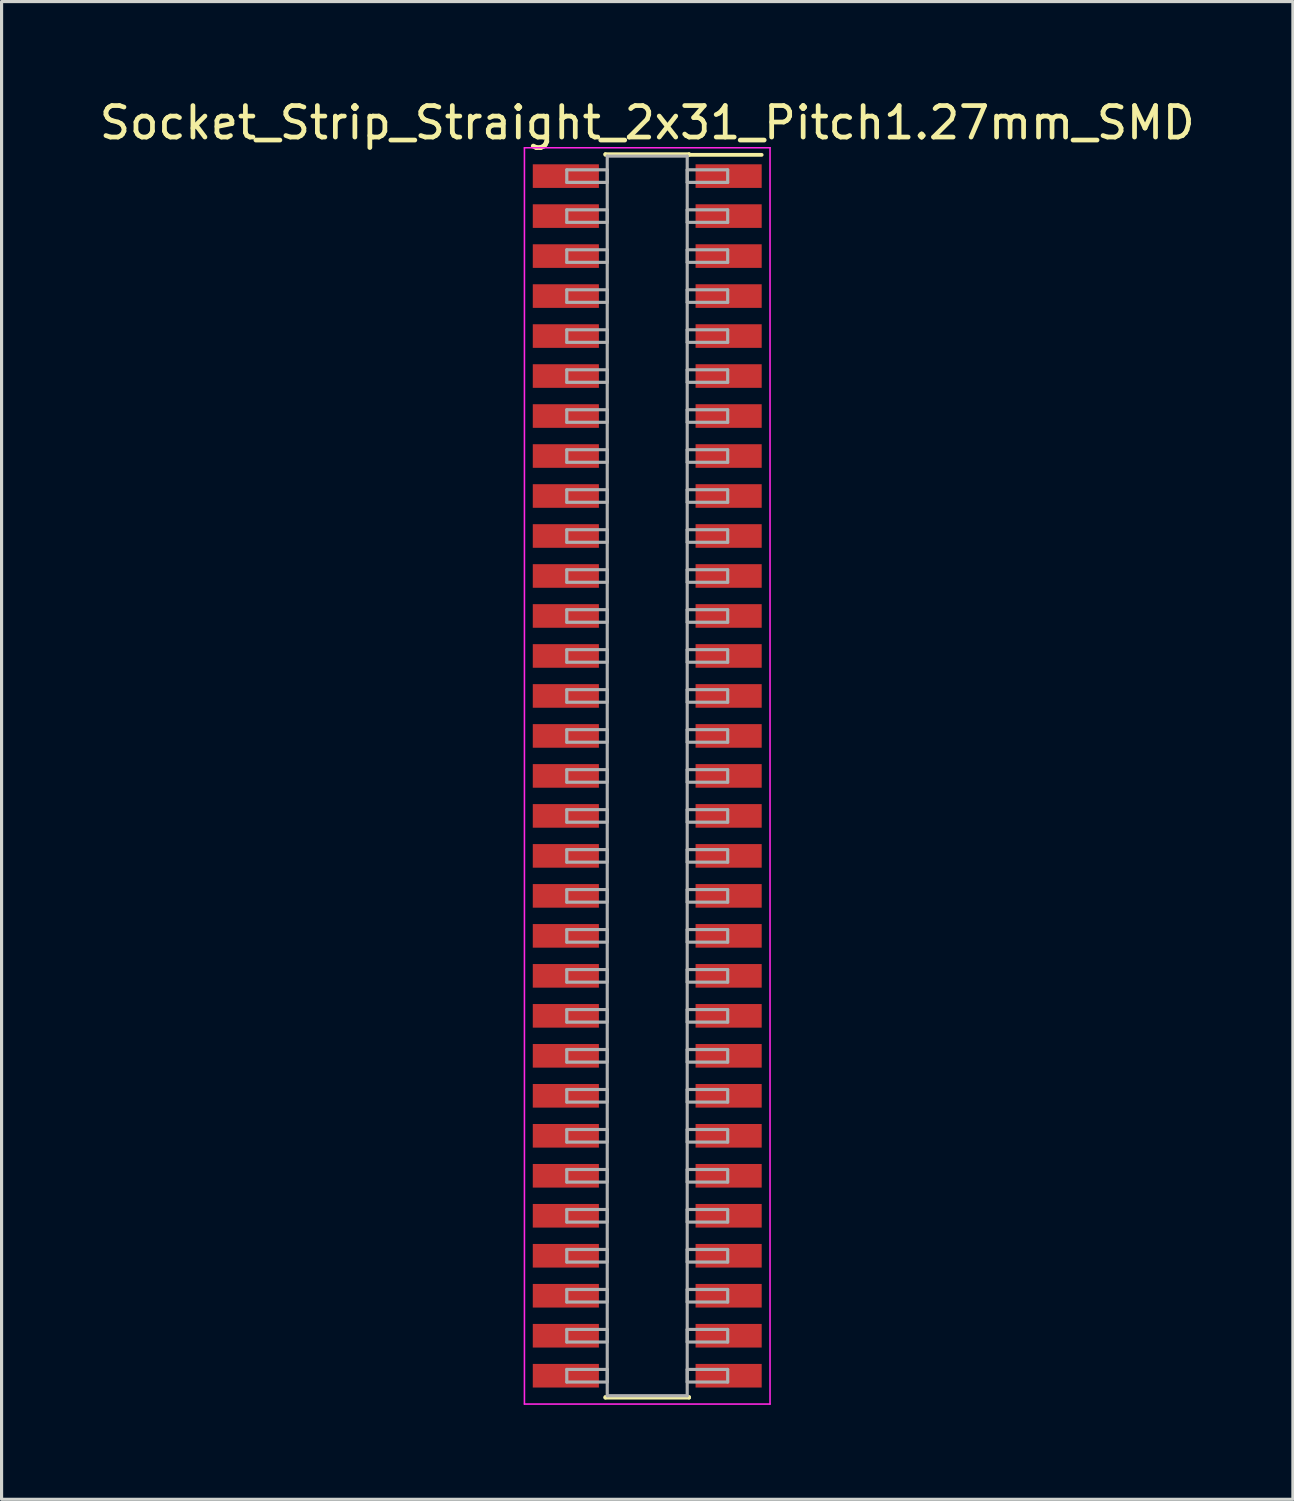
<source format=kicad_pcb>
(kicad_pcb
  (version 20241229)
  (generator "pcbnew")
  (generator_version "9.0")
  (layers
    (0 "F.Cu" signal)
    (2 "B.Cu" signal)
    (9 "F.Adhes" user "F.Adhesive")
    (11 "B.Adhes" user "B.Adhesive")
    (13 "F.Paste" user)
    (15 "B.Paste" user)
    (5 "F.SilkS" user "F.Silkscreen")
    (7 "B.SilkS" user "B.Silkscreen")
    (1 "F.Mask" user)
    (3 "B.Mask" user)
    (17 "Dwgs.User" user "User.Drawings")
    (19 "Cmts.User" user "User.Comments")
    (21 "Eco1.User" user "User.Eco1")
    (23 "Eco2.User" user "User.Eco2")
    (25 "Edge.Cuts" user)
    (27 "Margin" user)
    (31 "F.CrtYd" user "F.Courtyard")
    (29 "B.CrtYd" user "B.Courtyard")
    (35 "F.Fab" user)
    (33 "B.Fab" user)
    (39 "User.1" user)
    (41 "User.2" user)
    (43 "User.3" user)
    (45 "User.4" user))
  (footprint "Socket_Strip_Straight_2x31_Pitch1.27mm_SMD"
    (layer "F.Cu")
    (at 17.506 21.593)
    (property "Reference" "Socket_Strip_Straight_2x31_Pitch1.27mm_SMD" (at 0 -20.745 0) (layer "F.SilkS") (effects (font (size 1 1) (thickness 0.15))))
    (attr smd)
    (fp_line (start -1.33 -19.745) (end 1.33 -19.745) (stroke (width 0.12) (type solid)) (layer "F.SilkS"))
    (fp_line (start -1.33 -19.725) (end -1.33 -19.745) (stroke (width 0.12) (type solid)) (layer "F.SilkS"))
    (fp_line (start -1.33 19.725) (end -1.33 19.745) (stroke (width 0.12) (type solid)) (layer "F.SilkS"))
    (fp_line (start -1.33 19.745) (end 1.33 19.745) (stroke (width 0.12) (type solid)) (layer "F.SilkS"))
    (fp_line (start 1.33 -19.745) (end 1.33 -19.725) (stroke (width 0.12) (type solid)) (layer "F.SilkS"))
    (fp_line (start 1.33 19.745) (end 1.33 19.725) (stroke (width 0.12) (type solid)) (layer "F.SilkS"))
    (fp_line (start 3.635 -19.725) (end 1.33 -19.725) (stroke (width 0.12) (type solid)) (layer "F.SilkS"))
    (fp_line (start -3.9 -19.95) (end -3.9 19.95) (stroke (width 0.05) (type solid)) (layer "F.CrtYd"))
    (fp_line (start -3.9 19.95) (end 3.9 19.95) (stroke (width 0.05) (type solid)) (layer "F.CrtYd"))
    (fp_line (start 3.9 -19.95) (end -3.9 -19.95) (stroke (width 0.05) (type solid)) (layer "F.CrtYd"))
    (fp_line (start 3.9 19.95) (end 3.9 -19.95) (stroke (width 0.05) (type solid)) (layer "F.CrtYd"))
    (fp_line (start -2.555 -19.25) (end -1.27 -19.25) (stroke (width 0.1) (type solid)) (layer "F.Fab"))
    (fp_line (start -2.555 -18.85) (end -2.555 -19.25) (stroke (width 0.1) (type solid)) (layer "F.Fab"))
    (fp_line (start -2.555 -17.98) (end -1.27 -17.98) (stroke (width 0.1) (type solid)) (layer "F.Fab"))
    (fp_line (start -2.555 -17.58) (end -2.555 -17.98) (stroke (width 0.1) (type solid)) (layer "F.Fab"))
    (fp_line (start -2.555 -16.71) (end -1.27 -16.71) (stroke (width 0.1) (type solid)) (layer "F.Fab"))
    (fp_line (start -2.555 -16.31) (end -2.555 -16.71) (stroke (width 0.1) (type solid)) (layer "F.Fab"))
    (fp_line (start -2.555 -15.44) (end -1.27 -15.44) (stroke (width 0.1) (type solid)) (layer "F.Fab"))
    (fp_line (start -2.555 -15.04) (end -2.555 -15.44) (stroke (width 0.1) (type solid)) (layer "F.Fab"))
    (fp_line (start -2.555 -14.17) (end -1.27 -14.17) (stroke (width 0.1) (type solid)) (layer "F.Fab"))
    (fp_line (start -2.555 -13.77) (end -2.555 -14.17) (stroke (width 0.1) (type solid)) (layer "F.Fab"))
    (fp_line (start -2.555 -12.9) (end -1.27 -12.9) (stroke (width 0.1) (type solid)) (layer "F.Fab"))
    (fp_line (start -2.555 -12.5) (end -2.555 -12.9) (stroke (width 0.1) (type solid)) (layer "F.Fab"))
    (fp_line (start -2.555 -11.63) (end -1.27 -11.63) (stroke (width 0.1) (type solid)) (layer "F.Fab"))
    (fp_line (start -2.555 -11.23) (end -2.555 -11.63) (stroke (width 0.1) (type solid)) (layer "F.Fab"))
    (fp_line (start -2.555 -10.36) (end -1.27 -10.36) (stroke (width 0.1) (type solid)) (layer "F.Fab"))
    (fp_line (start -2.555 -9.96) (end -2.555 -10.36) (stroke (width 0.1) (type solid)) (layer "F.Fab"))
    (fp_line (start -2.555 -9.09) (end -1.27 -9.09) (stroke (width 0.1) (type solid)) (layer "F.Fab"))
    (fp_line (start -2.555 -8.69) (end -2.555 -9.09) (stroke (width 0.1) (type solid)) (layer "F.Fab"))
    (fp_line (start -2.555 -7.82) (end -1.27 -7.82) (stroke (width 0.1) (type solid)) (layer "F.Fab"))
    (fp_line (start -2.555 -7.42) (end -2.555 -7.82) (stroke (width 0.1) (type solid)) (layer "F.Fab"))
    (fp_line (start -2.555 -6.55) (end -1.27 -6.55) (stroke (width 0.1) (type solid)) (layer "F.Fab"))
    (fp_line (start -2.555 -6.15) (end -2.555 -6.55) (stroke (width 0.1) (type solid)) (layer "F.Fab"))
    (fp_line (start -2.555 -5.28) (end -1.27 -5.28) (stroke (width 0.1) (type solid)) (layer "F.Fab"))
    (fp_line (start -2.555 -4.88) (end -2.555 -5.28) (stroke (width 0.1) (type solid)) (layer "F.Fab"))
    (fp_line (start -2.555 -4.01) (end -1.27 -4.01) (stroke (width 0.1) (type solid)) (layer "F.Fab"))
    (fp_line (start -2.555 -3.61) (end -2.555 -4.01) (stroke (width 0.1) (type solid)) (layer "F.Fab"))
    (fp_line (start -2.555 -2.74) (end -1.27 -2.74) (stroke (width 0.1) (type solid)) (layer "F.Fab"))
    (fp_line (start -2.555 -2.34) (end -2.555 -2.74) (stroke (width 0.1) (type solid)) (layer "F.Fab"))
    (fp_line (start -2.555 -1.47) (end -1.27 -1.47) (stroke (width 0.1) (type solid)) (layer "F.Fab"))
    (fp_line (start -2.555 -1.07) (end -2.555 -1.47) (stroke (width 0.1) (type solid)) (layer "F.Fab"))
    (fp_line (start -2.555 -0.2) (end -1.27 -0.2) (stroke (width 0.1) (type solid)) (layer "F.Fab"))
    (fp_line (start -2.555 0.2) (end -2.555 -0.2) (stroke (width 0.1) (type solid)) (layer "F.Fab"))
    (fp_line (start -2.555 1.07) (end -1.27 1.07) (stroke (width 0.1) (type solid)) (layer "F.Fab"))
    (fp_line (start -2.555 1.47) (end -2.555 1.07) (stroke (width 0.1) (type solid)) (layer "F.Fab"))
    (fp_line (start -2.555 2.34) (end -1.27 2.34) (stroke (width 0.1) (type solid)) (layer "F.Fab"))
    (fp_line (start -2.555 2.74) (end -2.555 2.34) (stroke (width 0.1) (type solid)) (layer "F.Fab"))
    (fp_line (start -2.555 3.61) (end -1.27 3.61) (stroke (width 0.1) (type solid)) (layer "F.Fab"))
    (fp_line (start -2.555 4.01) (end -2.555 3.61) (stroke (width 0.1) (type solid)) (layer "F.Fab"))
    (fp_line (start -2.555 4.88) (end -1.27 4.88) (stroke (width 0.1) (type solid)) (layer "F.Fab"))
    (fp_line (start -2.555 5.28) (end -2.555 4.88) (stroke (width 0.1) (type solid)) (layer "F.Fab"))
    (fp_line (start -2.555 6.15) (end -1.27 6.15) (stroke (width 0.1) (type solid)) (layer "F.Fab"))
    (fp_line (start -2.555 6.55) (end -2.555 6.15) (stroke (width 0.1) (type solid)) (layer "F.Fab"))
    (fp_line (start -2.555 7.42) (end -1.27 7.42) (stroke (width 0.1) (type solid)) (layer "F.Fab"))
    (fp_line (start -2.555 7.82) (end -2.555 7.42) (stroke (width 0.1) (type solid)) (layer "F.Fab"))
    (fp_line (start -2.555 8.69) (end -1.27 8.69) (stroke (width 0.1) (type solid)) (layer "F.Fab"))
    (fp_line (start -2.555 9.09) (end -2.555 8.69) (stroke (width 0.1) (type solid)) (layer "F.Fab"))
    (fp_line (start -2.555 9.96) (end -1.27 9.96) (stroke (width 0.1) (type solid)) (layer "F.Fab"))
    (fp_line (start -2.555 10.36) (end -2.555 9.96) (stroke (width 0.1) (type solid)) (layer "F.Fab"))
    (fp_line (start -2.555 11.23) (end -1.27 11.23) (stroke (width 0.1) (type solid)) (layer "F.Fab"))
    (fp_line (start -2.555 11.63) (end -2.555 11.23) (stroke (width 0.1) (type solid)) (layer "F.Fab"))
    (fp_line (start -2.555 12.5) (end -1.27 12.5) (stroke (width 0.1) (type solid)) (layer "F.Fab"))
    (fp_line (start -2.555 12.9) (end -2.555 12.5) (stroke (width 0.1) (type solid)) (layer "F.Fab"))
    (fp_line (start -2.555 13.77) (end -1.27 13.77) (stroke (width 0.1) (type solid)) (layer "F.Fab"))
    (fp_line (start -2.555 14.17) (end -2.555 13.77) (stroke (width 0.1) (type solid)) (layer "F.Fab"))
    (fp_line (start -2.555 15.04) (end -1.27 15.04) (stroke (width 0.1) (type solid)) (layer "F.Fab"))
    (fp_line (start -2.555 15.44) (end -2.555 15.04) (stroke (width 0.1) (type solid)) (layer "F.Fab"))
    (fp_line (start -2.555 16.31) (end -1.27 16.31) (stroke (width 0.1) (type solid)) (layer "F.Fab"))
    (fp_line (start -2.555 16.71) (end -2.555 16.31) (stroke (width 0.1) (type solid)) (layer "F.Fab"))
    (fp_line (start -2.555 17.58) (end -1.27 17.58) (stroke (width 0.1) (type solid)) (layer "F.Fab"))
    (fp_line (start -2.555 17.98) (end -2.555 17.58) (stroke (width 0.1) (type solid)) (layer "F.Fab"))
    (fp_line (start -2.555 18.85) (end -1.27 18.85) (stroke (width 0.1) (type solid)) (layer "F.Fab"))
    (fp_line (start -2.555 19.25) (end -2.555 18.85) (stroke (width 0.1) (type solid)) (layer "F.Fab"))
    (fp_line (start -1.27 -19.685) (end -1.27 19.685) (stroke (width 0.1) (type solid)) (layer "F.Fab"))
    (fp_line (start -1.27 -19.25) (end -1.27 -18.85) (stroke (width 0.1) (type solid)) (layer "F.Fab"))
    (fp_line (start -1.27 -18.85) (end -2.555 -18.85) (stroke (width 0.1) (type solid)) (layer "F.Fab"))
    (fp_line (start -1.27 -17.98) (end -1.27 -17.58) (stroke (width 0.1) (type solid)) (layer "F.Fab"))
    (fp_line (start -1.27 -17.58) (end -2.555 -17.58) (stroke (width 0.1) (type solid)) (layer "F.Fab"))
    (fp_line (start -1.27 -16.71) (end -1.27 -16.31) (stroke (width 0.1) (type solid)) (layer "F.Fab"))
    (fp_line (start -1.27 -16.31) (end -2.555 -16.31) (stroke (width 0.1) (type solid)) (layer "F.Fab"))
    (fp_line (start -1.27 -15.44) (end -1.27 -15.04) (stroke (width 0.1) (type solid)) (layer "F.Fab"))
    (fp_line (start -1.27 -15.04) (end -2.555 -15.04) (stroke (width 0.1) (type solid)) (layer "F.Fab"))
    (fp_line (start -1.27 -14.17) (end -1.27 -13.77) (stroke (width 0.1) (type solid)) (layer "F.Fab"))
    (fp_line (start -1.27 -13.77) (end -2.555 -13.77) (stroke (width 0.1) (type solid)) (layer "F.Fab"))
    (fp_line (start -1.27 -12.9) (end -1.27 -12.5) (stroke (width 0.1) (type solid)) (layer "F.Fab"))
    (fp_line (start -1.27 -12.5) (end -2.555 -12.5) (stroke (width 0.1) (type solid)) (layer "F.Fab"))
    (fp_line (start -1.27 -11.63) (end -1.27 -11.23) (stroke (width 0.1) (type solid)) (layer "F.Fab"))
    (fp_line (start -1.27 -11.23) (end -2.555 -11.23) (stroke (width 0.1) (type solid)) (layer "F.Fab"))
    (fp_line (start -1.27 -10.36) (end -1.27 -9.96) (stroke (width 0.1) (type solid)) (layer "F.Fab"))
    (fp_line (start -1.27 -9.96) (end -2.555 -9.96) (stroke (width 0.1) (type solid)) (layer "F.Fab"))
    (fp_line (start -1.27 -9.09) (end -1.27 -8.69) (stroke (width 0.1) (type solid)) (layer "F.Fab"))
    (fp_line (start -1.27 -8.69) (end -2.555 -8.69) (stroke (width 0.1) (type solid)) (layer "F.Fab"))
    (fp_line (start -1.27 -7.82) (end -1.27 -7.42) (stroke (width 0.1) (type solid)) (layer "F.Fab"))
    (fp_line (start -1.27 -7.42) (end -2.555 -7.42) (stroke (width 0.1) (type solid)) (layer "F.Fab"))
    (fp_line (start -1.27 -6.55) (end -1.27 -6.15) (stroke (width 0.1) (type solid)) (layer "F.Fab"))
    (fp_line (start -1.27 -6.15) (end -2.555 -6.15) (stroke (width 0.1) (type solid)) (layer "F.Fab"))
    (fp_line (start -1.27 -5.28) (end -1.27 -4.88) (stroke (width 0.1) (type solid)) (layer "F.Fab"))
    (fp_line (start -1.27 -4.88) (end -2.555 -4.88) (stroke (width 0.1) (type solid)) (layer "F.Fab"))
    (fp_line (start -1.27 -4.01) (end -1.27 -3.61) (stroke (width 0.1) (type solid)) (layer "F.Fab"))
    (fp_line (start -1.27 -3.61) (end -2.555 -3.61) (stroke (width 0.1) (type solid)) (layer "F.Fab"))
    (fp_line (start -1.27 -2.74) (end -1.27 -2.34) (stroke (width 0.1) (type solid)) (layer "F.Fab"))
    (fp_line (start -1.27 -2.34) (end -2.555 -2.34) (stroke (width 0.1) (type solid)) (layer "F.Fab"))
    (fp_line (start -1.27 -1.47) (end -1.27 -1.07) (stroke (width 0.1) (type solid)) (layer "F.Fab"))
    (fp_line (start -1.27 -1.07) (end -2.555 -1.07) (stroke (width 0.1) (type solid)) (layer "F.Fab"))
    (fp_line (start -1.27 -0.2) (end -1.27 0.2) (stroke (width 0.1) (type solid)) (layer "F.Fab"))
    (fp_line (start -1.27 0.2) (end -2.555 0.2) (stroke (width 0.1) (type solid)) (layer "F.Fab"))
    (fp_line (start -1.27 1.07) (end -1.27 1.47) (stroke (width 0.1) (type solid)) (layer "F.Fab"))
    (fp_line (start -1.27 1.47) (end -2.555 1.47) (stroke (width 0.1) (type solid)) (layer "F.Fab"))
    (fp_line (start -1.27 2.34) (end -1.27 2.74) (stroke (width 0.1) (type solid)) (layer "F.Fab"))
    (fp_line (start -1.27 2.74) (end -2.555 2.74) (stroke (width 0.1) (type solid)) (layer "F.Fab"))
    (fp_line (start -1.27 3.61) (end -1.27 4.01) (stroke (width 0.1) (type solid)) (layer "F.Fab"))
    (fp_line (start -1.27 4.01) (end -2.555 4.01) (stroke (width 0.1) (type solid)) (layer "F.Fab"))
    (fp_line (start -1.27 4.88) (end -1.27 5.28) (stroke (width 0.1) (type solid)) (layer "F.Fab"))
    (fp_line (start -1.27 5.28) (end -2.555 5.28) (stroke (width 0.1) (type solid)) (layer "F.Fab"))
    (fp_line (start -1.27 6.15) (end -1.27 6.55) (stroke (width 0.1) (type solid)) (layer "F.Fab"))
    (fp_line (start -1.27 6.55) (end -2.555 6.55) (stroke (width 0.1) (type solid)) (layer "F.Fab"))
    (fp_line (start -1.27 7.42) (end -1.27 7.82) (stroke (width 0.1) (type solid)) (layer "F.Fab"))
    (fp_line (start -1.27 7.82) (end -2.555 7.82) (stroke (width 0.1) (type solid)) (layer "F.Fab"))
    (fp_line (start -1.27 8.69) (end -1.27 9.09) (stroke (width 0.1) (type solid)) (layer "F.Fab"))
    (fp_line (start -1.27 9.09) (end -2.555 9.09) (stroke (width 0.1) (type solid)) (layer "F.Fab"))
    (fp_line (start -1.27 9.96) (end -1.27 10.36) (stroke (width 0.1) (type solid)) (layer "F.Fab"))
    (fp_line (start -1.27 10.36) (end -2.555 10.36) (stroke (width 0.1) (type solid)) (layer "F.Fab"))
    (fp_line (start -1.27 11.23) (end -1.27 11.63) (stroke (width 0.1) (type solid)) (layer "F.Fab"))
    (fp_line (start -1.27 11.63) (end -2.555 11.63) (stroke (width 0.1) (type solid)) (layer "F.Fab"))
    (fp_line (start -1.27 12.5) (end -1.27 12.9) (stroke (width 0.1) (type solid)) (layer "F.Fab"))
    (fp_line (start -1.27 12.9) (end -2.555 12.9) (stroke (width 0.1) (type solid)) (layer "F.Fab"))
    (fp_line (start -1.27 13.77) (end -1.27 14.17) (stroke (width 0.1) (type solid)) (layer "F.Fab"))
    (fp_line (start -1.27 14.17) (end -2.555 14.17) (stroke (width 0.1) (type solid)) (layer "F.Fab"))
    (fp_line (start -1.27 15.04) (end -1.27 15.44) (stroke (width 0.1) (type solid)) (layer "F.Fab"))
    (fp_line (start -1.27 15.44) (end -2.555 15.44) (stroke (width 0.1) (type solid)) (layer "F.Fab"))
    (fp_line (start -1.27 16.31) (end -1.27 16.71) (stroke (width 0.1) (type solid)) (layer "F.Fab"))
    (fp_line (start -1.27 16.71) (end -2.555 16.71) (stroke (width 0.1) (type solid)) (layer "F.Fab"))
    (fp_line (start -1.27 17.58) (end -1.27 17.98) (stroke (width 0.1) (type solid)) (layer "F.Fab"))
    (fp_line (start -1.27 17.98) (end -2.555 17.98) (stroke (width 0.1) (type solid)) (layer "F.Fab"))
    (fp_line (start -1.27 18.85) (end -1.27 19.25) (stroke (width 0.1) (type solid)) (layer "F.Fab"))
    (fp_line (start -1.27 19.25) (end -2.555 19.25) (stroke (width 0.1) (type solid)) (layer "F.Fab"))
    (fp_line (start -1.27 19.685) (end 1.27 19.685) (stroke (width 0.1) (type solid)) (layer "F.Fab"))
    (fp_line (start 1.27 -19.685) (end -1.27 -19.685) (stroke (width 0.1) (type solid)) (layer "F.Fab"))
    (fp_line (start 1.27 -19.25) (end 1.27 -18.85) (stroke (width 0.1) (type solid)) (layer "F.Fab"))
    (fp_line (start 1.27 -18.85) (end 2.555 -18.85) (stroke (width 0.1) (type solid)) (layer "F.Fab"))
    (fp_line (start 1.27 -17.98) (end 1.27 -17.58) (stroke (width 0.1) (type solid)) (layer "F.Fab"))
    (fp_line (start 1.27 -17.58) (end 2.555 -17.58) (stroke (width 0.1) (type solid)) (layer "F.Fab"))
    (fp_line (start 1.27 -16.71) (end 1.27 -16.31) (stroke (width 0.1) (type solid)) (layer "F.Fab"))
    (fp_line (start 1.27 -16.31) (end 2.555 -16.31) (stroke (width 0.1) (type solid)) (layer "F.Fab"))
    (fp_line (start 1.27 -15.44) (end 1.27 -15.04) (stroke (width 0.1) (type solid)) (layer "F.Fab"))
    (fp_line (start 1.27 -15.04) (end 2.555 -15.04) (stroke (width 0.1) (type solid)) (layer "F.Fab"))
    (fp_line (start 1.27 -14.17) (end 1.27 -13.77) (stroke (width 0.1) (type solid)) (layer "F.Fab"))
    (fp_line (start 1.27 -13.77) (end 2.555 -13.77) (stroke (width 0.1) (type solid)) (layer "F.Fab"))
    (fp_line (start 1.27 -12.9) (end 1.27 -12.5) (stroke (width 0.1) (type solid)) (layer "F.Fab"))
    (fp_line (start 1.27 -12.5) (end 2.555 -12.5) (stroke (width 0.1) (type solid)) (layer "F.Fab"))
    (fp_line (start 1.27 -11.63) (end 1.27 -11.23) (stroke (width 0.1) (type solid)) (layer "F.Fab"))
    (fp_line (start 1.27 -11.23) (end 2.555 -11.23) (stroke (width 0.1) (type solid)) (layer "F.Fab"))
    (fp_line (start 1.27 -10.36) (end 1.27 -9.96) (stroke (width 0.1) (type solid)) (layer "F.Fab"))
    (fp_line (start 1.27 -9.96) (end 2.555 -9.96) (stroke (width 0.1) (type solid)) (layer "F.Fab"))
    (fp_line (start 1.27 -9.09) (end 1.27 -8.69) (stroke (width 0.1) (type solid)) (layer "F.Fab"))
    (fp_line (start 1.27 -8.69) (end 2.555 -8.69) (stroke (width 0.1) (type solid)) (layer "F.Fab"))
    (fp_line (start 1.27 -7.82) (end 1.27 -7.42) (stroke (width 0.1) (type solid)) (layer "F.Fab"))
    (fp_line (start 1.27 -7.42) (end 2.555 -7.42) (stroke (width 0.1) (type solid)) (layer "F.Fab"))
    (fp_line (start 1.27 -6.55) (end 1.27 -6.15) (stroke (width 0.1) (type solid)) (layer "F.Fab"))
    (fp_line (start 1.27 -6.15) (end 2.555 -6.15) (stroke (width 0.1) (type solid)) (layer "F.Fab"))
    (fp_line (start 1.27 -5.28) (end 1.27 -4.88) (stroke (width 0.1) (type solid)) (layer "F.Fab"))
    (fp_line (start 1.27 -4.88) (end 2.555 -4.88) (stroke (width 0.1) (type solid)) (layer "F.Fab"))
    (fp_line (start 1.27 -4.01) (end 1.27 -3.61) (stroke (width 0.1) (type solid)) (layer "F.Fab"))
    (fp_line (start 1.27 -3.61) (end 2.555 -3.61) (stroke (width 0.1) (type solid)) (layer "F.Fab"))
    (fp_line (start 1.27 -2.74) (end 1.27 -2.34) (stroke (width 0.1) (type solid)) (layer "F.Fab"))
    (fp_line (start 1.27 -2.34) (end 2.555 -2.34) (stroke (width 0.1) (type solid)) (layer "F.Fab"))
    (fp_line (start 1.27 -1.47) (end 1.27 -1.07) (stroke (width 0.1) (type solid)) (layer "F.Fab"))
    (fp_line (start 1.27 -1.07) (end 2.555 -1.07) (stroke (width 0.1) (type solid)) (layer "F.Fab"))
    (fp_line (start 1.27 -0.2) (end 1.27 0.2) (stroke (width 0.1) (type solid)) (layer "F.Fab"))
    (fp_line (start 1.27 0.2) (end 2.555 0.2) (stroke (width 0.1) (type solid)) (layer "F.Fab"))
    (fp_line (start 1.27 1.07) (end 1.27 1.47) (stroke (width 0.1) (type solid)) (layer "F.Fab"))
    (fp_line (start 1.27 1.47) (end 2.555 1.47) (stroke (width 0.1) (type solid)) (layer "F.Fab"))
    (fp_line (start 1.27 2.34) (end 1.27 2.74) (stroke (width 0.1) (type solid)) (layer "F.Fab"))
    (fp_line (start 1.27 2.74) (end 2.555 2.74) (stroke (width 0.1) (type solid)) (layer "F.Fab"))
    (fp_line (start 1.27 3.61) (end 1.27 4.01) (stroke (width 0.1) (type solid)) (layer "F.Fab"))
    (fp_line (start 1.27 4.01) (end 2.555 4.01) (stroke (width 0.1) (type solid)) (layer "F.Fab"))
    (fp_line (start 1.27 4.88) (end 1.27 5.28) (stroke (width 0.1) (type solid)) (layer "F.Fab"))
    (fp_line (start 1.27 5.28) (end 2.555 5.28) (stroke (width 0.1) (type solid)) (layer "F.Fab"))
    (fp_line (start 1.27 6.15) (end 1.27 6.55) (stroke (width 0.1) (type solid)) (layer "F.Fab"))
    (fp_line (start 1.27 6.55) (end 2.555 6.55) (stroke (width 0.1) (type solid)) (layer "F.Fab"))
    (fp_line (start 1.27 7.42) (end 1.27 7.82) (stroke (width 0.1) (type solid)) (layer "F.Fab"))
    (fp_line (start 1.27 7.82) (end 2.555 7.82) (stroke (width 0.1) (type solid)) (layer "F.Fab"))
    (fp_line (start 1.27 8.69) (end 1.27 9.09) (stroke (width 0.1) (type solid)) (layer "F.Fab"))
    (fp_line (start 1.27 9.09) (end 2.555 9.09) (stroke (width 0.1) (type solid)) (layer "F.Fab"))
    (fp_line (start 1.27 9.96) (end 1.27 10.36) (stroke (width 0.1) (type solid)) (layer "F.Fab"))
    (fp_line (start 1.27 10.36) (end 2.555 10.36) (stroke (width 0.1) (type solid)) (layer "F.Fab"))
    (fp_line (start 1.27 11.23) (end 1.27 11.63) (stroke (width 0.1) (type solid)) (layer "F.Fab"))
    (fp_line (start 1.27 11.63) (end 2.555 11.63) (stroke (width 0.1) (type solid)) (layer "F.Fab"))
    (fp_line (start 1.27 12.5) (end 1.27 12.9) (stroke (width 0.1) (type solid)) (layer "F.Fab"))
    (fp_line (start 1.27 12.9) (end 2.555 12.9) (stroke (width 0.1) (type solid)) (layer "F.Fab"))
    (fp_line (start 1.27 13.77) (end 1.27 14.17) (stroke (width 0.1) (type solid)) (layer "F.Fab"))
    (fp_line (start 1.27 14.17) (end 2.555 14.17) (stroke (width 0.1) (type solid)) (layer "F.Fab"))
    (fp_line (start 1.27 15.04) (end 1.27 15.44) (stroke (width 0.1) (type solid)) (layer "F.Fab"))
    (fp_line (start 1.27 15.44) (end 2.555 15.44) (stroke (width 0.1) (type solid)) (layer "F.Fab"))
    (fp_line (start 1.27 16.31) (end 1.27 16.71) (stroke (width 0.1) (type solid)) (layer "F.Fab"))
    (fp_line (start 1.27 16.71) (end 2.555 16.71) (stroke (width 0.1) (type solid)) (layer "F.Fab"))
    (fp_line (start 1.27 17.58) (end 1.27 17.98) (stroke (width 0.1) (type solid)) (layer "F.Fab"))
    (fp_line (start 1.27 17.98) (end 2.555 17.98) (stroke (width 0.1) (type solid)) (layer "F.Fab"))
    (fp_line (start 1.27 18.85) (end 1.27 19.25) (stroke (width 0.1) (type solid)) (layer "F.Fab"))
    (fp_line (start 1.27 19.25) (end 2.555 19.25) (stroke (width 0.1) (type solid)) (layer "F.Fab"))
    (fp_line (start 1.27 19.685) (end 1.27 -19.685) (stroke (width 0.1) (type solid)) (layer "F.Fab"))
    (fp_line (start 2.555 -19.25) (end 1.27 -19.25) (stroke (width 0.1) (type solid)) (layer "F.Fab"))
    (fp_line (start 2.555 -18.85) (end 2.555 -19.25) (stroke (width 0.1) (type solid)) (layer "F.Fab"))
    (fp_line (start 2.555 -17.98) (end 1.27 -17.98) (stroke (width 0.1) (type solid)) (layer "F.Fab"))
    (fp_line (start 2.555 -17.58) (end 2.555 -17.98) (stroke (width 0.1) (type solid)) (layer "F.Fab"))
    (fp_line (start 2.555 -16.71) (end 1.27 -16.71) (stroke (width 0.1) (type solid)) (layer "F.Fab"))
    (fp_line (start 2.555 -16.31) (end 2.555 -16.71) (stroke (width 0.1) (type solid)) (layer "F.Fab"))
    (fp_line (start 2.555 -15.44) (end 1.27 -15.44) (stroke (width 0.1) (type solid)) (layer "F.Fab"))
    (fp_line (start 2.555 -15.04) (end 2.555 -15.44) (stroke (width 0.1) (type solid)) (layer "F.Fab"))
    (fp_line (start 2.555 -14.17) (end 1.27 -14.17) (stroke (width 0.1) (type solid)) (layer "F.Fab"))
    (fp_line (start 2.555 -13.77) (end 2.555 -14.17) (stroke (width 0.1) (type solid)) (layer "F.Fab"))
    (fp_line (start 2.555 -12.9) (end 1.27 -12.9) (stroke (width 0.1) (type solid)) (layer "F.Fab"))
    (fp_line (start 2.555 -12.5) (end 2.555 -12.9) (stroke (width 0.1) (type solid)) (layer "F.Fab"))
    (fp_line (start 2.555 -11.63) (end 1.27 -11.63) (stroke (width 0.1) (type solid)) (layer "F.Fab"))
    (fp_line (start 2.555 -11.23) (end 2.555 -11.63) (stroke (width 0.1) (type solid)) (layer "F.Fab"))
    (fp_line (start 2.555 -10.36) (end 1.27 -10.36) (stroke (width 0.1) (type solid)) (layer "F.Fab"))
    (fp_line (start 2.555 -9.96) (end 2.555 -10.36) (stroke (width 0.1) (type solid)) (layer "F.Fab"))
    (fp_line (start 2.555 -9.09) (end 1.27 -9.09) (stroke (width 0.1) (type solid)) (layer "F.Fab"))
    (fp_line (start 2.555 -8.69) (end 2.555 -9.09) (stroke (width 0.1) (type solid)) (layer "F.Fab"))
    (fp_line (start 2.555 -7.82) (end 1.27 -7.82) (stroke (width 0.1) (type solid)) (layer "F.Fab"))
    (fp_line (start 2.555 -7.42) (end 2.555 -7.82) (stroke (width 0.1) (type solid)) (layer "F.Fab"))
    (fp_line (start 2.555 -6.55) (end 1.27 -6.55) (stroke (width 0.1) (type solid)) (layer "F.Fab"))
    (fp_line (start 2.555 -6.15) (end 2.555 -6.55) (stroke (width 0.1) (type solid)) (layer "F.Fab"))
    (fp_line (start 2.555 -5.28) (end 1.27 -5.28) (stroke (width 0.1) (type solid)) (layer "F.Fab"))
    (fp_line (start 2.555 -4.88) (end 2.555 -5.28) (stroke (width 0.1) (type solid)) (layer "F.Fab"))
    (fp_line (start 2.555 -4.01) (end 1.27 -4.01) (stroke (width 0.1) (type solid)) (layer "F.Fab"))
    (fp_line (start 2.555 -3.61) (end 2.555 -4.01) (stroke (width 0.1) (type solid)) (layer "F.Fab"))
    (fp_line (start 2.555 -2.74) (end 1.27 -2.74) (stroke (width 0.1) (type solid)) (layer "F.Fab"))
    (fp_line (start 2.555 -2.34) (end 2.555 -2.74) (stroke (width 0.1) (type solid)) (layer "F.Fab"))
    (fp_line (start 2.555 -1.47) (end 1.27 -1.47) (stroke (width 0.1) (type solid)) (layer "F.Fab"))
    (fp_line (start 2.555 -1.07) (end 2.555 -1.47) (stroke (width 0.1) (type solid)) (layer "F.Fab"))
    (fp_line (start 2.555 -0.2) (end 1.27 -0.2) (stroke (width 0.1) (type solid)) (layer "F.Fab"))
    (fp_line (start 2.555 0.2) (end 2.555 -0.2) (stroke (width 0.1) (type solid)) (layer "F.Fab"))
    (fp_line (start 2.555 1.07) (end 1.27 1.07) (stroke (width 0.1) (type solid)) (layer "F.Fab"))
    (fp_line (start 2.555 1.47) (end 2.555 1.07) (stroke (width 0.1) (type solid)) (layer "F.Fab"))
    (fp_line (start 2.555 2.34) (end 1.27 2.34) (stroke (width 0.1) (type solid)) (layer "F.Fab"))
    (fp_line (start 2.555 2.74) (end 2.555 2.34) (stroke (width 0.1) (type solid)) (layer "F.Fab"))
    (fp_line (start 2.555 3.61) (end 1.27 3.61) (stroke (width 0.1) (type solid)) (layer "F.Fab"))
    (fp_line (start 2.555 4.01) (end 2.555 3.61) (stroke (width 0.1) (type solid)) (layer "F.Fab"))
    (fp_line (start 2.555 4.88) (end 1.27 4.88) (stroke (width 0.1) (type solid)) (layer "F.Fab"))
    (fp_line (start 2.555 5.28) (end 2.555 4.88) (stroke (width 0.1) (type solid)) (layer "F.Fab"))
    (fp_line (start 2.555 6.15) (end 1.27 6.15) (stroke (width 0.1) (type solid)) (layer "F.Fab"))
    (fp_line (start 2.555 6.55) (end 2.555 6.15) (stroke (width 0.1) (type solid)) (layer "F.Fab"))
    (fp_line (start 2.555 7.42) (end 1.27 7.42) (stroke (width 0.1) (type solid)) (layer "F.Fab"))
    (fp_line (start 2.555 7.82) (end 2.555 7.42) (stroke (width 0.1) (type solid)) (layer "F.Fab"))
    (fp_line (start 2.555 8.69) (end 1.27 8.69) (stroke (width 0.1) (type solid)) (layer "F.Fab"))
    (fp_line (start 2.555 9.09) (end 2.555 8.69) (stroke (width 0.1) (type solid)) (layer "F.Fab"))
    (fp_line (start 2.555 9.96) (end 1.27 9.96) (stroke (width 0.1) (type solid)) (layer "F.Fab"))
    (fp_line (start 2.555 10.36) (end 2.555 9.96) (stroke (width 0.1) (type solid)) (layer "F.Fab"))
    (fp_line (start 2.555 11.23) (end 1.27 11.23) (stroke (width 0.1) (type solid)) (layer "F.Fab"))
    (fp_line (start 2.555 11.63) (end 2.555 11.23) (stroke (width 0.1) (type solid)) (layer "F.Fab"))
    (fp_line (start 2.555 12.5) (end 1.27 12.5) (stroke (width 0.1) (type solid)) (layer "F.Fab"))
    (fp_line (start 2.555 12.9) (end 2.555 12.5) (stroke (width 0.1) (type solid)) (layer "F.Fab"))
    (fp_line (start 2.555 13.77) (end 1.27 13.77) (stroke (width 0.1) (type solid)) (layer "F.Fab"))
    (fp_line (start 2.555 14.17) (end 2.555 13.77) (stroke (width 0.1) (type solid)) (layer "F.Fab"))
    (fp_line (start 2.555 15.04) (end 1.27 15.04) (stroke (width 0.1) (type solid)) (layer "F.Fab"))
    (fp_line (start 2.555 15.44) (end 2.555 15.04) (stroke (width 0.1) (type solid)) (layer "F.Fab"))
    (fp_line (start 2.555 16.31) (end 1.27 16.31) (stroke (width 0.1) (type solid)) (layer "F.Fab"))
    (fp_line (start 2.555 16.71) (end 2.555 16.31) (stroke (width 0.1) (type solid)) (layer "F.Fab"))
    (fp_line (start 2.555 17.58) (end 1.27 17.58) (stroke (width 0.1) (type solid)) (layer "F.Fab"))
    (fp_line (start 2.555 17.98) (end 2.555 17.58) (stroke (width 0.1) (type solid)) (layer "F.Fab"))
    (fp_line (start 2.555 18.85) (end 1.27 18.85) (stroke (width 0.1) (type solid)) (layer "F.Fab"))
    (fp_line (start 2.555 19.25) (end 2.555 18.85) (stroke (width 0.1) (type solid)) (layer "F.Fab"))
    (pad "1" smd rect (at 2.585 -19.05) (size 2.1 0.75) (layers "F.Cu" "F.Mask"))
    (pad "2" smd rect (at -2.585 -19.05) (size 2.1 0.75) (layers "F.Cu" "F.Mask"))
    (pad "3" smd rect (at 2.585 -17.78) (size 2.1 0.75) (layers "F.Cu" "F.Mask"))
    (pad "4" smd rect (at -2.585 -17.78) (size 2.1 0.75) (layers "F.Cu" "F.Mask"))
    (pad "5" smd rect (at 2.585 -16.51) (size 2.1 0.75) (layers "F.Cu" "F.Mask"))
    (pad "6" smd rect (at -2.585 -16.51) (size 2.1 0.75) (layers "F.Cu" "F.Mask"))
    (pad "7" smd rect (at 2.585 -15.24) (size 2.1 0.75) (layers "F.Cu" "F.Mask"))
    (pad "8" smd rect (at -2.585 -15.24) (size 2.1 0.75) (layers "F.Cu" "F.Mask"))
    (pad "9" smd rect (at 2.585 -13.97) (size 2.1 0.75) (layers "F.Cu" "F.Mask"))
    (pad "10" smd rect (at -2.585 -13.97) (size 2.1 0.75) (layers "F.Cu" "F.Mask"))
    (pad "11" smd rect (at 2.585 -12.7) (size 2.1 0.75) (layers "F.Cu" "F.Mask"))
    (pad "12" smd rect (at -2.585 -12.7) (size 2.1 0.75) (layers "F.Cu" "F.Mask"))
    (pad "13" smd rect (at 2.585 -11.43) (size 2.1 0.75) (layers "F.Cu" "F.Mask"))
    (pad "14" smd rect (at -2.585 -11.43) (size 2.1 0.75) (layers "F.Cu" "F.Mask"))
    (pad "15" smd rect (at 2.585 -10.16) (size 2.1 0.75) (layers "F.Cu" "F.Mask"))
    (pad "16" smd rect (at -2.585 -10.16) (size 2.1 0.75) (layers "F.Cu" "F.Mask"))
    (pad "17" smd rect (at 2.585 -8.89) (size 2.1 0.75) (layers "F.Cu" "F.Mask"))
    (pad "18" smd rect (at -2.585 -8.89) (size 2.1 0.75) (layers "F.Cu" "F.Mask"))
    (pad "19" smd rect (at 2.585 -7.62) (size 2.1 0.75) (layers "F.Cu" "F.Mask"))
    (pad "20" smd rect (at -2.585 -7.62) (size 2.1 0.75) (layers "F.Cu" "F.Mask"))
    (pad "21" smd rect (at 2.585 -6.35) (size 2.1 0.75) (layers "F.Cu" "F.Mask"))
    (pad "22" smd rect (at -2.585 -6.35) (size 2.1 0.75) (layers "F.Cu" "F.Mask"))
    (pad "23" smd rect (at 2.585 -5.08) (size 2.1 0.75) (layers "F.Cu" "F.Mask"))
    (pad "24" smd rect (at -2.585 -5.08) (size 2.1 0.75) (layers "F.Cu" "F.Mask"))
    (pad "25" smd rect (at 2.585 -3.81) (size 2.1 0.75) (layers "F.Cu" "F.Mask"))
    (pad "26" smd rect (at -2.585 -3.81) (size 2.1 0.75) (layers "F.Cu" "F.Mask"))
    (pad "27" smd rect (at 2.585 -2.54) (size 2.1 0.75) (layers "F.Cu" "F.Mask"))
    (pad "28" smd rect (at -2.585 -2.54) (size 2.1 0.75) (layers "F.Cu" "F.Mask"))
    (pad "29" smd rect (at 2.585 -1.27) (size 2.1 0.75) (layers "F.Cu" "F.Mask"))
    (pad "30" smd rect (at -2.585 -1.27) (size 2.1 0.75) (layers "F.Cu" "F.Mask"))
    (pad "31" smd rect (at 2.585 0) (size 2.1 0.75) (layers "F.Cu" "F.Mask"))
    (pad "32" smd rect (at -2.585 0) (size 2.1 0.75) (layers "F.Cu" "F.Mask"))
    (pad "33" smd rect (at 2.585 1.27) (size 2.1 0.75) (layers "F.Cu" "F.Mask"))
    (pad "34" smd rect (at -2.585 1.27) (size 2.1 0.75) (layers "F.Cu" "F.Mask"))
    (pad "35" smd rect (at 2.585 2.54) (size 2.1 0.75) (layers "F.Cu" "F.Mask"))
    (pad "36" smd rect (at -2.585 2.54) (size 2.1 0.75) (layers "F.Cu" "F.Mask"))
    (pad "37" smd rect (at 2.585 3.81) (size 2.1 0.75) (layers "F.Cu" "F.Mask"))
    (pad "38" smd rect (at -2.585 3.81) (size 2.1 0.75) (layers "F.Cu" "F.Mask"))
    (pad "39" smd rect (at 2.585 5.08) (size 2.1 0.75) (layers "F.Cu" "F.Mask"))
    (pad "40" smd rect (at -2.585 5.08) (size 2.1 0.75) (layers "F.Cu" "F.Mask"))
    (pad "41" smd rect (at 2.585 6.35) (size 2.1 0.75) (layers "F.Cu" "F.Mask"))
    (pad "42" smd rect (at -2.585 6.35) (size 2.1 0.75) (layers "F.Cu" "F.Mask"))
    (pad "43" smd rect (at 2.585 7.62) (size 2.1 0.75) (layers "F.Cu" "F.Mask"))
    (pad "44" smd rect (at -2.585 7.62) (size 2.1 0.75) (layers "F.Cu" "F.Mask"))
    (pad "45" smd rect (at 2.585 8.89) (size 2.1 0.75) (layers "F.Cu" "F.Mask"))
    (pad "46" smd rect (at -2.585 8.89) (size 2.1 0.75) (layers "F.Cu" "F.Mask"))
    (pad "47" smd rect (at 2.585 10.16) (size 2.1 0.75) (layers "F.Cu" "F.Mask"))
    (pad "48" smd rect (at -2.585 10.16) (size 2.1 0.75) (layers "F.Cu" "F.Mask"))
    (pad "49" smd rect (at 2.585 11.43) (size 2.1 0.75) (layers "F.Cu" "F.Mask"))
    (pad "50" smd rect (at -2.585 11.43) (size 2.1 0.75) (layers "F.Cu" "F.Mask"))
    (pad "51" smd rect (at 2.585 12.7) (size 2.1 0.75) (layers "F.Cu" "F.Mask"))
    (pad "52" smd rect (at -2.585 12.7) (size 2.1 0.75) (layers "F.Cu" "F.Mask"))
    (pad "53" smd rect (at 2.585 13.97) (size 2.1 0.75) (layers "F.Cu" "F.Mask"))
    (pad "54" smd rect (at -2.585 13.97) (size 2.1 0.75) (layers "F.Cu" "F.Mask"))
    (pad "55" smd rect (at 2.585 15.24) (size 2.1 0.75) (layers "F.Cu" "F.Mask"))
    (pad "56" smd rect (at -2.585 15.24) (size 2.1 0.75) (layers "F.Cu" "F.Mask"))
    (pad "57" smd rect (at 2.585 16.51) (size 2.1 0.75) (layers "F.Cu" "F.Mask"))
    (pad "58" smd rect (at -2.585 16.51) (size 2.1 0.75) (layers "F.Cu" "F.Mask"))
    (pad "59" smd rect (at 2.585 17.78) (size 2.1 0.75) (layers "F.Cu" "F.Mask"))
    (pad "60" smd rect (at -2.585 17.78) (size 2.1 0.75) (layers "F.Cu" "F.Mask"))
    (pad "61" smd rect (at 2.585 19.05) (size 2.1 0.75) (layers "F.Cu" "F.Mask"))
    (pad "62" smd rect (at -2.585 19.05) (size 2.1 0.75) (layers "F.Cu" "F.Mask")))
  (gr_rect
    (start -3 -3)
    (end 38.012 44.568)
    (stroke (width 0.1) (type default))
    (fill no)
    (layer "Edge.Cuts")))
</source>
